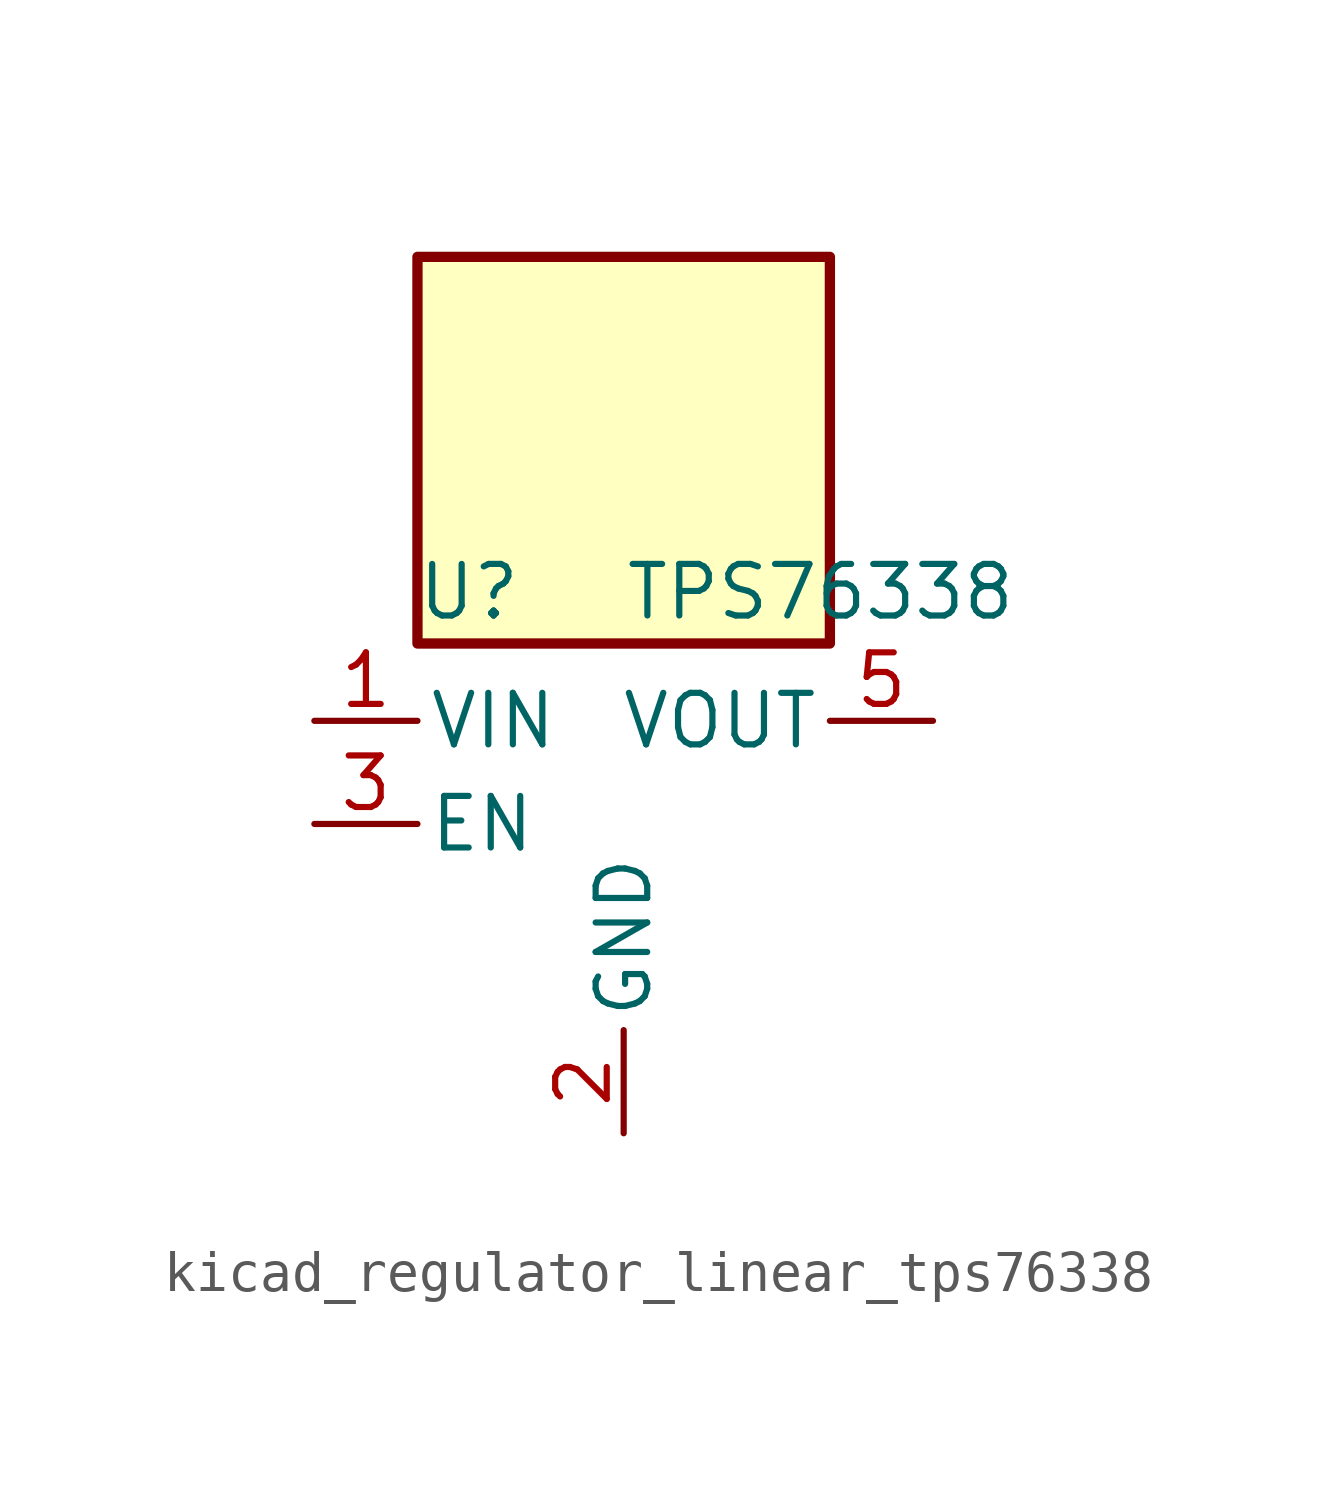
<source format=kicad_sym>
(kicad_symbol_lib
  (version 20220914)
  (generator kicad_symbol_editor)
  (symbol "kicad_regulator_linear_tps76338"
    (pin_names
      (offset 0.254))
    (property "Reference" "U"
      (at -3.81 5.715 0)
      (effects (font (size 1.27 1.27))))
    (property "Value" "TPS76338"
      (at 0 5.715 0)
      (effects (font (size 1.27 1.27)) (justify left)))
    (symbol "kicad_regulator_linear_tps76338_0_1"
      (rectangle (start 5.08 13.97) (end -5.08 4.445) (stroke (width 0.254) (type default)) (fill (type background))))
    (symbol "kicad_regulator_linear_tps76338_1_1"
      (pin power_in line (at -7.62 2.54 0) (length 2.54) (name "VIN" (effects (font (size 1.27 1.27)))) (number "1" (effects (font (size 1.27 1.27)))))
      (pin power_in line (at 0 -7.62 90) (length 2.54) (name "GND" (effects (font (size 1.27 1.27)))) (number "2" (effects (font (size 1.27 1.27)))))
      (pin input line (at -7.62 0 0) (length 2.54) (name "EN" (effects (font (size 1.27 1.27)))) (number "3" (effects (font (size 1.27 1.27)))))
      (pin no_connect line (at 5.08 0 180) (length 2.54) hide (name "NC" (effects (font (size 1.27 1.27)))) (number "4" (effects (font (size 1.27 1.27)))))
      (pin power_out line (at 7.62 2.54 180) (length 2.54) (name "VOUT" (effects (font (size 1.27 1.27)))) (number "5" (effects (font (size 1.27 1.27))))))))
</source>
